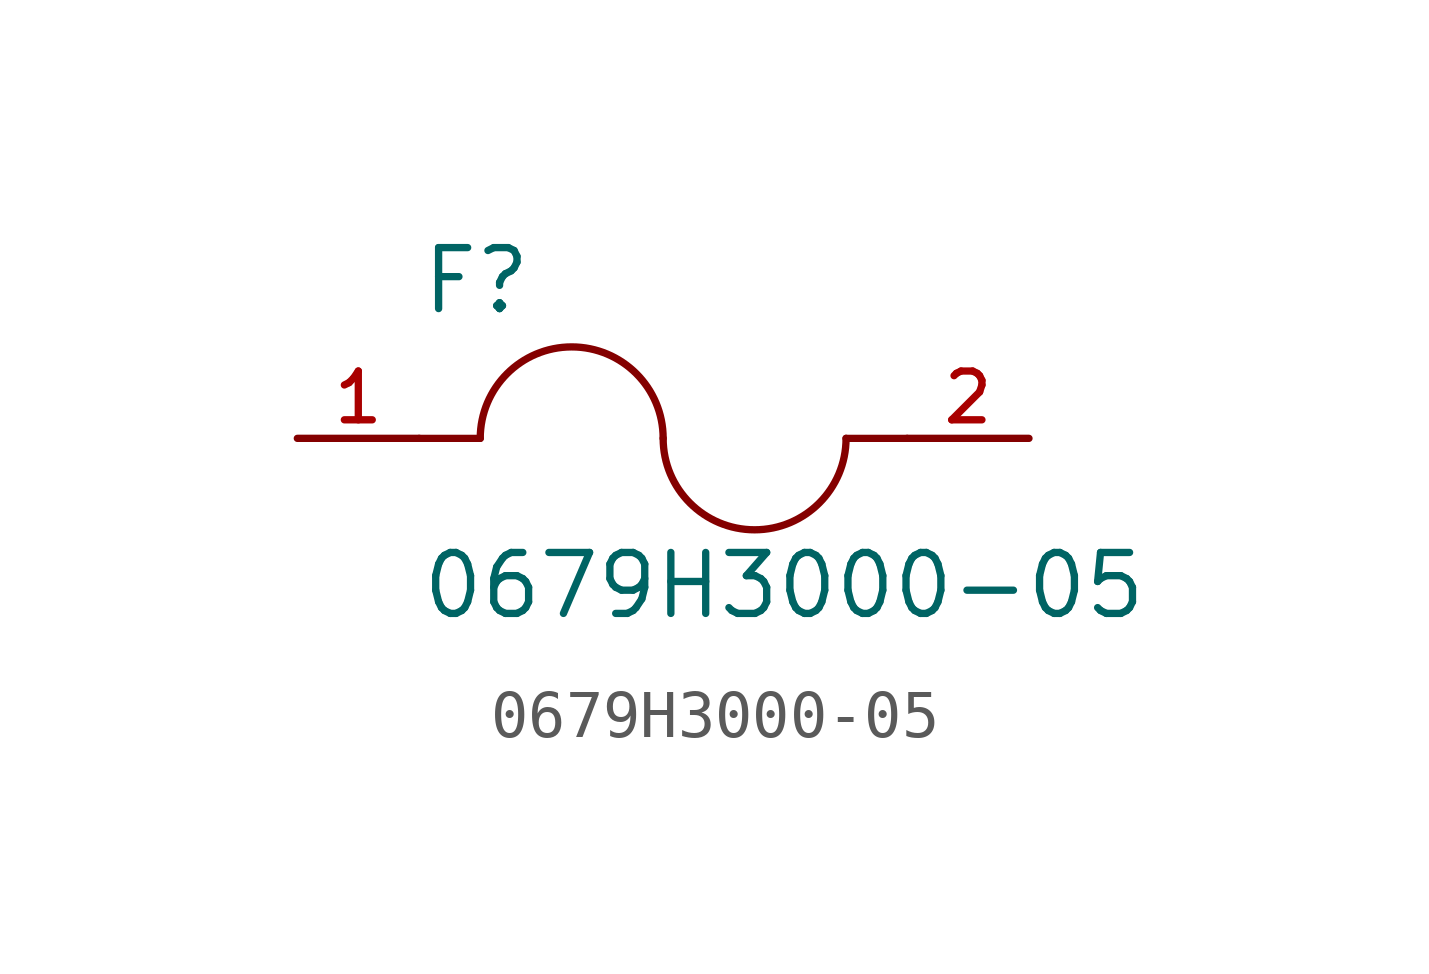
<source format=kicad_sym>
(kicad_symbol_lib
  (version 20211014)
  (generator kicad_symbol_editor)
  (symbol "0679H3000-05"
    (pin_names
      (offset 1.016))
    (property "Reference" "F"
      (at -5.08 2.54 0)
      (effects (font (size 1.27 1.27)) (justify bottom left)))
    (property "Value" "0679H3000-05"
      (at -5.08 -3.81 0)
      (effects (font (size 1.27 1.27)) (justify bottom left)))
    (symbol "0679H3000-05_0_0"
      (arc (start 0.0 0.0) (mid -1.905 1.905) (end -3.81 0.0) (stroke (width 0.1524) (type default) (color 0 0 0 0)) (fill (type none)))
      (arc (start 3.81 0.0) (mid 1.905 -1.905) (end 0.0 0.0) (stroke (width 0.1524) (type default) (color 0 0 0 0)) (fill (type none)))
      (polyline (pts (xy 5.08 0.0) (xy 3.81 0.0)) (stroke (width 0.152)))
      (polyline (pts (xy -5.08 0.0) (xy -3.81 0.0)) (stroke (width 0.152)))
      (pin passive line (at -7.62 0.0 0) (length 2.54) (name "~" (effects (font (size 1.016 1.016)))) (number "1" (effects (font (size 1.016 1.016)))))
      (pin passive line (at 7.62 0.0 180.0) (length 2.54) (name "~" (effects (font (size 1.016 1.016)))) (number "2" (effects (font (size 1.016 1.016))))))))
</source>
